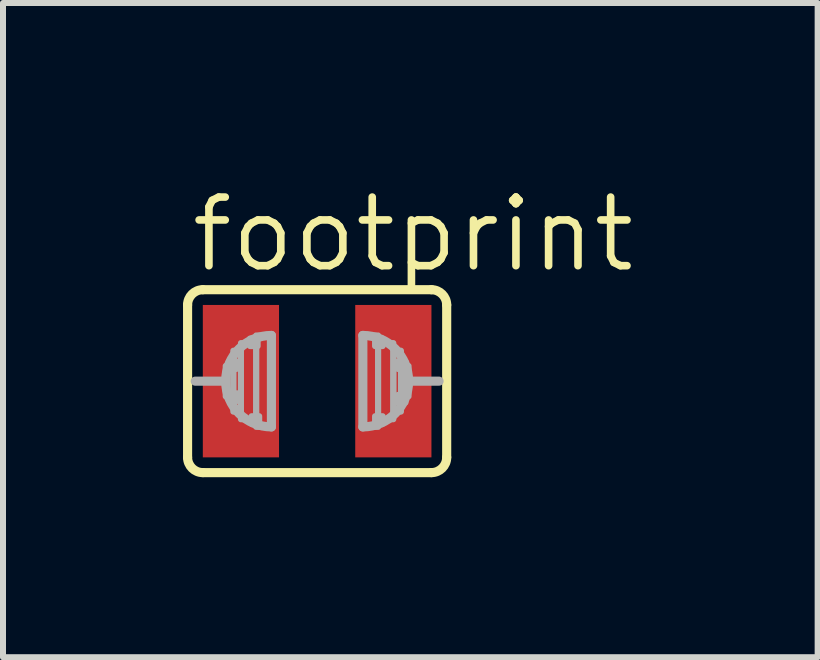
<source format=kicad_pcb>
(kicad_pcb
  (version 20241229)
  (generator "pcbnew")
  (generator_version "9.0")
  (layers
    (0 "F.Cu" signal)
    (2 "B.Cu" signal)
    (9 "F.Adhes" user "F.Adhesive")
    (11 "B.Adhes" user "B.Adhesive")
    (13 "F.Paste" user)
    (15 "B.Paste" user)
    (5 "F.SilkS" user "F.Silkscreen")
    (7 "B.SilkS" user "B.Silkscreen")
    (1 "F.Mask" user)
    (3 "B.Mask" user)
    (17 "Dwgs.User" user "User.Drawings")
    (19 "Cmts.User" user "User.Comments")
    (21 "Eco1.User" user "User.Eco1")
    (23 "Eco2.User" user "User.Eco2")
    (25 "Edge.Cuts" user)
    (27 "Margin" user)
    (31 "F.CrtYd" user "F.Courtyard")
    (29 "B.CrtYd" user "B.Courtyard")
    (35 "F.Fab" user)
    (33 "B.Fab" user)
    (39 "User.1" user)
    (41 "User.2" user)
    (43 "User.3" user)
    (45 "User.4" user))
  (footprint "footprint"
    (layer "F.Cu")
    (at 2.235 3.302)
    (property "Reference" "footprint" (at -2.159 -1.778 0) (layer "F.SilkS") (effects (font (size 1.143 1.143) (thickness 0.127)) (justify left bottom)))
    (fp_line (start -2.159 1.27) (end -2.159 -1.27) (stroke (width 0.152) (type solid)) (layer "F.SilkS"))
    (fp_line (start -1.905 -1.524) (end 1.905 -1.524) (stroke (width 0.152) (type solid)) (layer "F.SilkS"))
    (fp_line (start 1.905 1.524) (end -1.905 1.524) (stroke (width 0.152) (type solid)) (layer "F.SilkS"))
    (fp_line (start 2.159 1.27) (end 2.159 -1.27) (stroke (width 0.152) (type solid)) (layer "F.SilkS"))
    (fp_arc (start -2.159 -1.27) (mid -2.084605 -1.449605) (end -1.905 -1.524) (stroke (width 0.1524) (type solid)) (layer "F.SilkS"))
    (fp_arc (start -1.905 1.524) (mid -2.084605 1.449605) (end -2.159 1.27) (stroke (width 0.1524) (type solid)) (layer "F.SilkS"))
    (fp_arc (start 1.905 -1.524) (mid 2.084605 -1.449605) (end 2.159 -1.27) (stroke (width 0.1524) (type solid)) (layer "F.SilkS"))
    (fp_arc (start 2.159 1.27) (mid 2.084605 1.449605) (end 1.905 1.524) (stroke (width 0.1524) (type solid)) (layer "F.SilkS"))
    (fp_line (start -1.524 0) (end -2.032 0) (stroke (width 0.152) (type solid)) (layer "F.Fab"))
    (fp_line (start -0.762 -0.762) (end -0.762 0.762) (stroke (width 0.152) (type solid)) (layer "F.Fab"))
    (fp_line (start 0.762 -0.762) (end 0.762 0.762) (stroke (width 0.152) (type solid)) (layer "F.Fab"))
    (fp_line (start 1.524 0) (end 2.032 0) (stroke (width 0.152) (type solid)) (layer "F.Fab"))
    (fp_arc (start -0.762 0.762) (mid -1.524 0) (end -0.762 -0.762) (stroke (width 0.1524) (type solid)) (layer "F.Fab"))
    (fp_arc (start 0.762 -0.762) (mid 1.524 0) (end 0.762 0.762) (stroke (width 0.1524) (type solid)) (layer "F.Fab"))
    (fp_poly (pts (xy -1.524 0.254) (xy -1.397 0.254) (xy -1.397 -0.254) (xy -1.524 -0.254)) (stroke (width 0.1) (type solid)) (fill no) (layer "F.Fab"))
    (fp_poly (pts (xy -1.473 -0.203) (xy -1.346 -0.203) (xy -1.346 -0.33) (xy -1.473 -0.33)) (stroke (width 0.1) (type solid)) (fill no) (layer "F.Fab"))
    (fp_poly (pts (xy -1.448 0.33) (xy -1.321 0.33) (xy -1.321 0.203) (xy -1.448 0.203)) (stroke (width 0.1) (type solid)) (fill no) (layer "F.Fab"))
    (fp_poly (pts (xy -1.397 0.508) (xy -1.27 0.508) (xy -1.27 -0.508) (xy -1.397 -0.508)) (stroke (width 0.1) (type solid)) (fill no) (layer "F.Fab"))
    (fp_poly (pts (xy -1.27 0.635) (xy -1.016 0.635) (xy -1.016 -0.635) (xy -1.27 -0.635)) (stroke (width 0.1) (type solid)) (fill no) (layer "F.Fab"))
    (fp_poly (pts (xy -1.118 -0.584) (xy -0.991 -0.584) (xy -0.991 -0.711) (xy -1.118 -0.711)) (stroke (width 0.1) (type solid)) (fill no) (layer "F.Fab"))
    (fp_poly (pts (xy -1.092 0.711) (xy -0.965 0.711) (xy -0.965 0.584) (xy -1.092 0.584)) (stroke (width 0.1) (type solid)) (fill no) (layer "F.Fab"))
    (fp_poly (pts (xy -1.016 0.762) (xy -0.762 0.762) (xy -0.762 -0.762) (xy -1.016 -0.762)) (stroke (width 0.1) (type solid)) (fill no) (layer "F.Fab"))
    (fp_poly (pts (xy 0.762 0.762) (xy 1.016 0.762) (xy 1.016 -0.762) (xy 0.762 -0.762)) (stroke (width 0.1) (type solid)) (fill no) (layer "F.Fab"))
    (fp_poly (pts (xy 0.965 -0.584) (xy 1.092 -0.584) (xy 1.092 -0.711) (xy 0.965 -0.711)) (stroke (width 0.1) (type solid)) (fill no) (layer "F.Fab"))
    (fp_poly (pts (xy 0.965 0.711) (xy 1.092 0.711) (xy 1.092 0.584) (xy 0.965 0.584)) (stroke (width 0.1) (type solid)) (fill no) (layer "F.Fab"))
    (fp_poly (pts (xy 1.016 0.635) (xy 1.27 0.635) (xy 1.27 -0.635) (xy 1.016 -0.635)) (stroke (width 0.1) (type solid)) (fill no) (layer "F.Fab"))
    (fp_poly (pts (xy 1.27 0.508) (xy 1.397 0.508) (xy 1.397 -0.508) (xy 1.27 -0.508)) (stroke (width 0.1) (type solid)) (fill no) (layer "F.Fab"))
    (fp_poly (pts (xy 1.346 -0.203) (xy 1.473 -0.203) (xy 1.473 -0.33) (xy 1.346 -0.33)) (stroke (width 0.1) (type solid)) (fill no) (layer "F.Fab"))
    (fp_poly (pts (xy 1.346 0.356) (xy 1.473 0.356) (xy 1.473 0.229) (xy 1.346 0.229)) (stroke (width 0.1) (type solid)) (fill no) (layer "F.Fab"))
    (fp_poly (pts (xy 1.397 0.254) (xy 1.524 0.254) (xy 1.524 -0.254) (xy 1.397 -0.254)) (stroke (width 0.1) (type solid)) (fill no) (layer "F.Fab"))
    (pad "1" smd rect (at -1.27 0) (size 1.27 2.54) (layers "F.Cu" "F.Mask" "F.Paste"))
    (pad "2" smd rect (at 1.27 0) (size 1.27 2.54) (layers "F.Cu" "F.Mask" "F.Paste")))
  (gr_rect
    (start -3 -3)
    (end 10.576 7.902)
    (stroke (width 0.1) (type default))
    (fill no)
    (layer "Edge.Cuts")))
</source>
